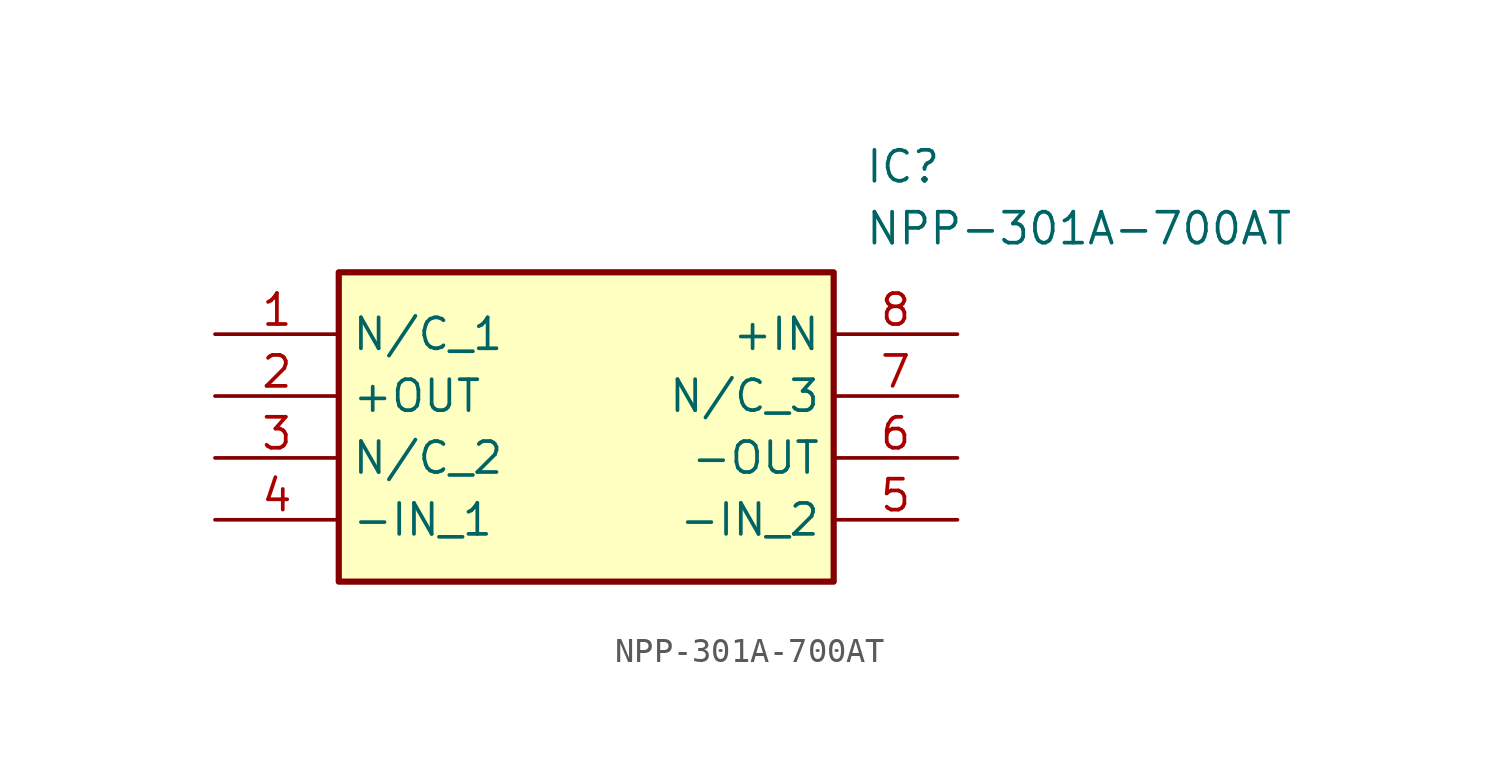
<source format=kicad_sym>
(kicad_symbol_lib
  (version 20211014)
  (generator SamacSys_ECAD_Model)
  (symbol "NPP-301A-700AT"
    (property "Reference" "IC"
      (at 26.67 7.62 0)
      (effects (font (size 1.27 1.27)) (justify left top)))
    (property "Value" "NPP-301A-700AT"
      (at 26.67 5.08 0)
      (effects (font (size 1.27 1.27)) (justify left top)))
    (rectangle
      (start 5.08 2.54)
      (end 25.4 -10.16)
      (stroke (width 0.254) (type default))
      (fill (type background)))
    (pin passive line
      (at 0 0 0)
      (length 5.08)
      (name "N/C_1" (effects (font (size 1.27 1.27))))
      (number "1" (effects (font (size 1.27 1.27)))))
    (pin passive line
      (at 0 -2.54 0)
      (length 5.08)
      (name "+OUT" (effects (font (size 1.27 1.27))))
      (number "2" (effects (font (size 1.27 1.27)))))
    (pin passive line
      (at 0 -5.08 0)
      (length 5.08)
      (name "N/C_2" (effects (font (size 1.27 1.27))))
      (number "3" (effects (font (size 1.27 1.27)))))
    (pin passive line
      (at 0 -7.62 0)
      (length 5.08)
      (name "-IN_1" (effects (font (size 1.27 1.27))))
      (number "4" (effects (font (size 1.27 1.27)))))
    (pin passive line
      (at 30.48 0 180)
      (length 5.08)
      (name "+IN" (effects (font (size 1.27 1.27))))
      (number "8" (effects (font (size 1.27 1.27)))))
    (pin passive line
      (at 30.48 -2.54 180)
      (length 5.08)
      (name "N/C_3" (effects (font (size 1.27 1.27))))
      (number "7" (effects (font (size 1.27 1.27)))))
    (pin passive line
      (at 30.48 -5.08 180)
      (length 5.08)
      (name "-OUT" (effects (font (size 1.27 1.27))))
      (number "6" (effects (font (size 1.27 1.27)))))
    (pin passive line
      (at 30.48 -7.62 180)
      (length 5.08)
      (name "-IN_2" (effects (font (size 1.27 1.27))))
      (number "5" (effects (font (size 1.27 1.27)))))))
</source>
